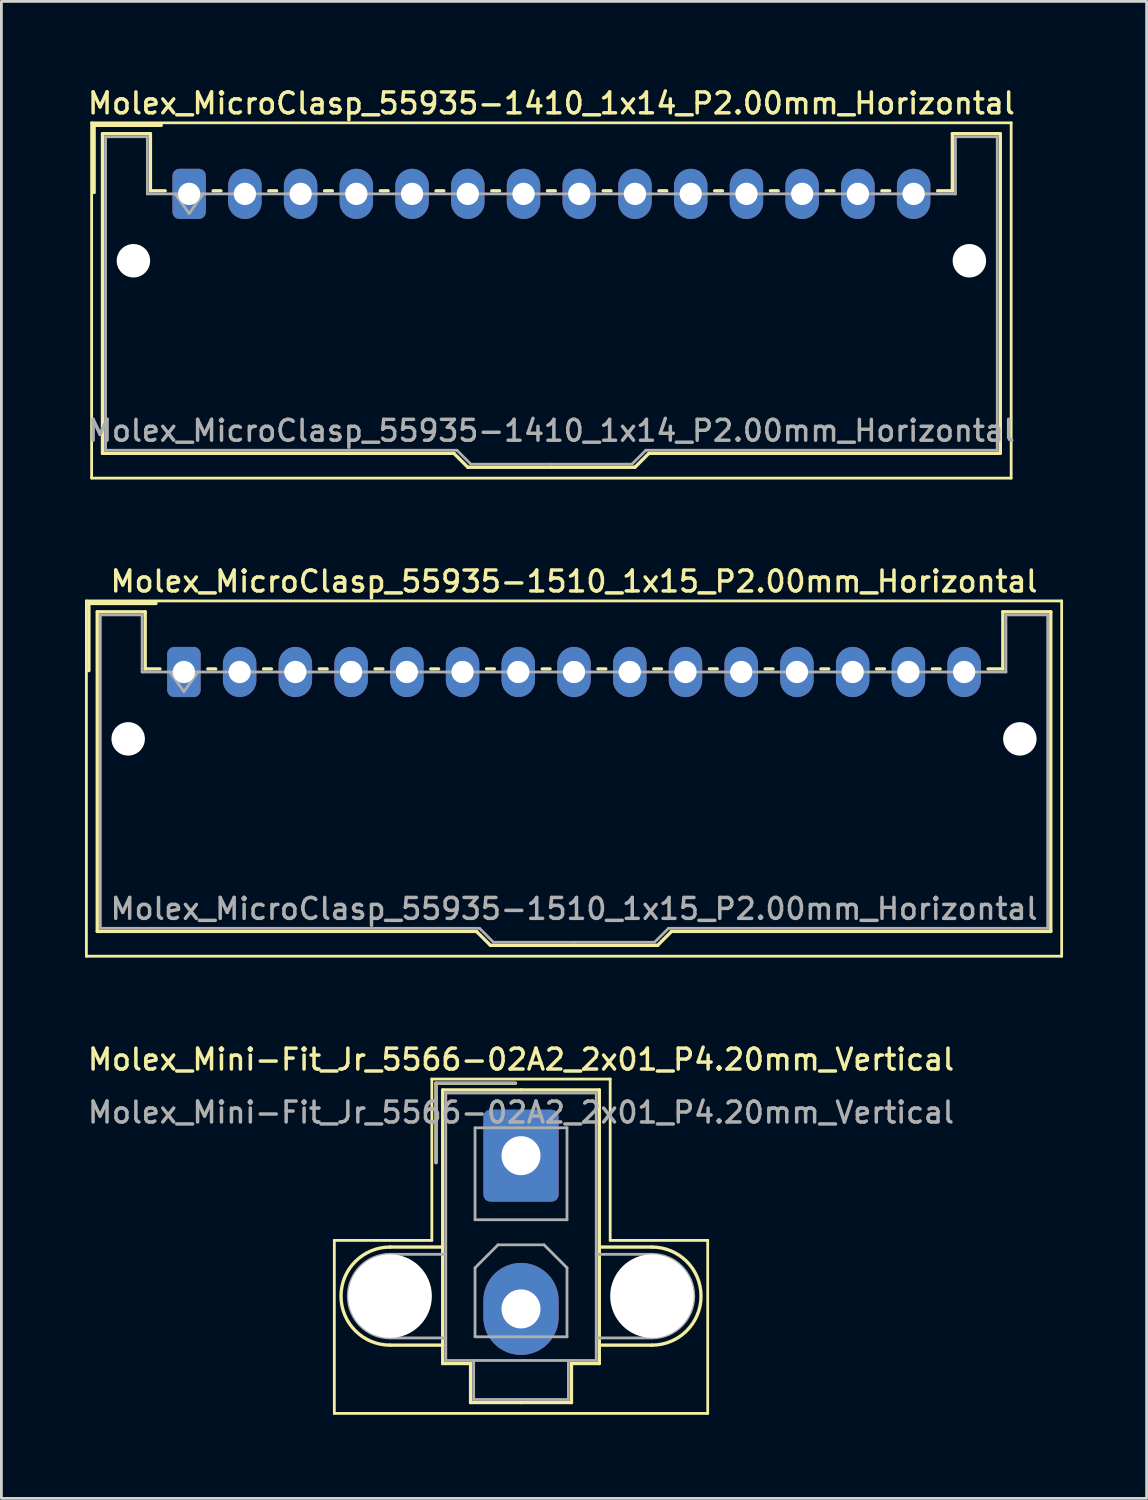
<source format=kicad_pcb>
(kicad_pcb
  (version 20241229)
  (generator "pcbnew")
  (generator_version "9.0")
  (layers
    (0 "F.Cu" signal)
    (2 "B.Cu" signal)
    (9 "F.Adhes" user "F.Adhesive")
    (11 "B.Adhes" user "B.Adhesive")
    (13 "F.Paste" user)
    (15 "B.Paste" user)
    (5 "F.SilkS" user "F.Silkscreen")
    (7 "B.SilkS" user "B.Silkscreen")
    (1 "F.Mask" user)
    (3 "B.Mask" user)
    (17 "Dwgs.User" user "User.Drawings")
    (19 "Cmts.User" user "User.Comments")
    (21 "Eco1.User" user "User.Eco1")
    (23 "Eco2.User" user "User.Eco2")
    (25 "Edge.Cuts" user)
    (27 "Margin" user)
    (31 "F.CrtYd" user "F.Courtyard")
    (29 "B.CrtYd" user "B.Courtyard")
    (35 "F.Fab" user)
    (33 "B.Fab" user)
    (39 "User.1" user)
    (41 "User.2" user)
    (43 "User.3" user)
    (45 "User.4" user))
  (footprint "Molex_MicroClasp_55935-1510_1x15_P2.00mm_Horizontal"
    (layer "F.Cu")
    (at 3.55 21.066)
    (property "Reference" "Molex_MicroClasp_55935-1510_1x15_P2.00mm_Horizontal" (at 14 -3.25 0) (layer "F.SilkS") (effects (font (size 0.75 0.75) (thickness 0.125))))
    (attr through_hole)
    (fp_line (start -3.5 -2.55) (end -3.5 10.2) (stroke (width 0.1) (type solid)) (layer "F.SilkS"))
    (fp_line (start -3.5 10.2) (end 31.5 10.2) (stroke (width 0.1) (type solid)) (layer "F.SilkS"))
    (fp_line (start -3.41 -2.46) (end -1 -2.46) (stroke (width 0.12) (type solid)) (layer "F.SilkS"))
    (fp_line (start -3.41 -0.05) (end -3.41 -2.46) (stroke (width 0.12) (type solid)) (layer "F.SilkS"))
    (fp_line (start -3.11 -2.16) (end -1.39 -2.16) (stroke (width 0.12) (type solid)) (layer "F.SilkS"))
    (fp_line (start -3.11 9.31) (end -3.11 -2.16) (stroke (width 0.12) (type solid)) (layer "F.SilkS"))
    (fp_line (start -1.39 -2.16) (end -1.39 -0.11) (stroke (width 0.12) (type solid)) (layer "F.SilkS"))
    (fp_line (start -1.39 -0.11) (end -0.86 -0.11) (stroke (width 0.12) (type solid)) (layer "F.SilkS"))
    (fp_line (start 0.86 -0.11) (end 1.14 -0.11) (stroke (width 0.12) (type solid)) (layer "F.SilkS"))
    (fp_line (start 2.86 -0.11) (end 3.14 -0.11) (stroke (width 0.12) (type solid)) (layer "F.SilkS"))
    (fp_line (start 4.86 -0.11) (end 5.14 -0.11) (stroke (width 0.12) (type solid)) (layer "F.SilkS"))
    (fp_line (start 6.86 -0.11) (end 7.14 -0.11) (stroke (width 0.12) (type solid)) (layer "F.SilkS"))
    (fp_line (start 8.86 -0.11) (end 9.14 -0.11) (stroke (width 0.12) (type solid)) (layer "F.SilkS"))
    (fp_line (start 10.5 9.31) (end -3.11 9.31) (stroke (width 0.12) (type solid)) (layer "F.SilkS"))
    (fp_line (start 10.86 -0.11) (end 11.14 -0.11) (stroke (width 0.12) (type solid)) (layer "F.SilkS"))
    (fp_line (start 11 9.81) (end 10.5 9.31) (stroke (width 0.12) (type solid)) (layer "F.SilkS"))
    (fp_line (start 12.86 -0.11) (end 13.14 -0.11) (stroke (width 0.12) (type solid)) (layer "F.SilkS"))
    (fp_line (start 14 9.81) (end 11 9.81) (stroke (width 0.12) (type solid)) (layer "F.SilkS"))
    (fp_line (start 14 9.81) (end 17 9.81) (stroke (width 0.12) (type solid)) (layer "F.SilkS"))
    (fp_line (start 14.86 -0.11) (end 15.14 -0.11) (stroke (width 0.12) (type solid)) (layer "F.SilkS"))
    (fp_line (start 16.86 -0.11) (end 17.14 -0.11) (stroke (width 0.12) (type solid)) (layer "F.SilkS"))
    (fp_line (start 17 9.81) (end 17.5 9.31) (stroke (width 0.12) (type solid)) (layer "F.SilkS"))
    (fp_line (start 17.5 9.31) (end 31.11 9.31) (stroke (width 0.12) (type solid)) (layer "F.SilkS"))
    (fp_line (start 18.86 -0.11) (end 19.14 -0.11) (stroke (width 0.12) (type solid)) (layer "F.SilkS"))
    (fp_line (start 20.86 -0.11) (end 21.14 -0.11) (stroke (width 0.12) (type solid)) (layer "F.SilkS"))
    (fp_line (start 22.86 -0.11) (end 23.14 -0.11) (stroke (width 0.12) (type solid)) (layer "F.SilkS"))
    (fp_line (start 24.86 -0.11) (end 25.14 -0.11) (stroke (width 0.12) (type solid)) (layer "F.SilkS"))
    (fp_line (start 26.86 -0.11) (end 27.14 -0.11) (stroke (width 0.12) (type solid)) (layer "F.SilkS"))
    (fp_line (start 29.39 -2.16) (end 29.39 -0.11) (stroke (width 0.12) (type solid)) (layer "F.SilkS"))
    (fp_line (start 29.39 -0.11) (end 28.86 -0.11) (stroke (width 0.12) (type solid)) (layer "F.SilkS"))
    (fp_line (start 31.11 -2.16) (end 29.39 -2.16) (stroke (width 0.12) (type solid)) (layer "F.SilkS"))
    (fp_line (start 31.11 9.31) (end 31.11 -2.16) (stroke (width 0.12) (type solid)) (layer "F.SilkS"))
    (fp_line (start 31.5 -2.55) (end -3.5 -2.55) (stroke (width 0.1) (type solid)) (layer "F.SilkS"))
    (fp_line (start 31.5 10.2) (end 31.5 -2.55) (stroke (width 0.1) (type solid)) (layer "F.SilkS"))
    (fp_line (start -3 -2.05) (end -1.5 -2.05) (stroke (width 0.1) (type solid)) (layer "F.Fab"))
    (fp_line (start -3 9.2) (end -3 -2.05) (stroke (width 0.1) (type solid)) (layer "F.Fab"))
    (fp_line (start -1.5 -2.05) (end -1.5 0) (stroke (width 0.1) (type solid)) (layer "F.Fab"))
    (fp_line (start -1.5 0) (end 14 0) (stroke (width 0.1) (type solid)) (layer "F.Fab"))
    (fp_line (start -0.5 0) (end 0 0.707) (stroke (width 0.1) (type solid)) (layer "F.Fab"))
    (fp_line (start 0 0.707) (end 0.5 0) (stroke (width 0.1) (type solid)) (layer "F.Fab"))
    (fp_line (start 10.61 9.2) (end -3 9.2) (stroke (width 0.1) (type solid)) (layer "F.Fab"))
    (fp_line (start 11.11 9.7) (end 10.61 9.2) (stroke (width 0.1) (type solid)) (layer "F.Fab"))
    (fp_line (start 14 9.7) (end 11.11 9.7) (stroke (width 0.1) (type solid)) (layer "F.Fab"))
    (fp_line (start 14 9.7) (end 16.89 9.7) (stroke (width 0.1) (type solid)) (layer "F.Fab"))
    (fp_line (start 16.89 9.7) (end 17.39 9.2) (stroke (width 0.1) (type solid)) (layer "F.Fab"))
    (fp_line (start 17.39 9.2) (end 31 9.2) (stroke (width 0.1) (type solid)) (layer "F.Fab"))
    (fp_line (start 29.5 -2.05) (end 29.5 0) (stroke (width 0.1) (type solid)) (layer "F.Fab"))
    (fp_line (start 29.5 0) (end 14 0) (stroke (width 0.1) (type solid)) (layer "F.Fab"))
    (fp_line (start 31 -2.05) (end 29.5 -2.05) (stroke (width 0.1) (type solid)) (layer "F.Fab"))
    (fp_line (start 31 9.2) (end 31 -2.05) (stroke (width 0.1) (type solid)) (layer "F.Fab"))
    (fp_text user "${REFERENCE}" (at 14 8.5 0) (layer "F.Fab") (effects (font (size 0.75 0.75) (thickness 0.125))))
    (pad "" np_thru_hole circle (at -2 2.4) (size 1.2 1.2) (drill 1.2) (layers "*.Cu" "*.Mask"))
    (pad "" np_thru_hole circle (at 30 2.4) (size 1.2 1.2) (drill 1.2) (layers "*.Cu" "*.Mask"))
    (pad "1" thru_hole roundrect (at 0 0) (size 1.2 1.8) (drill 0.8) (layers "*.Cu" "*.Mask") (roundrect_rratio 0.208))
    (pad "2" thru_hole oval (at 2 0) (size 1.2 1.8) (drill 0.8) (layers "*.Cu" "*.Mask"))
    (pad "3" thru_hole oval (at 4 0) (size 1.2 1.8) (drill 0.8) (layers "*.Cu" "*.Mask"))
    (pad "4" thru_hole oval (at 6 0) (size 1.2 1.8) (drill 0.8) (layers "*.Cu" "*.Mask"))
    (pad "5" thru_hole oval (at 8 0) (size 1.2 1.8) (drill 0.8) (layers "*.Cu" "*.Mask"))
    (pad "6" thru_hole oval (at 10 0) (size 1.2 1.8) (drill 0.8) (layers "*.Cu" "*.Mask"))
    (pad "7" thru_hole oval (at 12 0) (size 1.2 1.8) (drill 0.8) (layers "*.Cu" "*.Mask"))
    (pad "8" thru_hole oval (at 14 0) (size 1.2 1.8) (drill 0.8) (layers "*.Cu" "*.Mask"))
    (pad "9" thru_hole oval (at 16 0) (size 1.2 1.8) (drill 0.8) (layers "*.Cu" "*.Mask"))
    (pad "10" thru_hole oval (at 18 0) (size 1.2 1.8) (drill 0.8) (layers "*.Cu" "*.Mask"))
    (pad "11" thru_hole oval (at 20 0) (size 1.2 1.8) (drill 0.8) (layers "*.Cu" "*.Mask"))
    (pad "12" thru_hole oval (at 22 0) (size 1.2 1.8) (drill 0.8) (layers "*.Cu" "*.Mask"))
    (pad "13" thru_hole oval (at 24 0) (size 1.2 1.8) (drill 0.8) (layers "*.Cu" "*.Mask"))
    (pad "14" thru_hole oval (at 26 0) (size 1.2 1.8) (drill 0.8) (layers "*.Cu" "*.Mask"))
    (pad "15" thru_hole oval (at 28 0) (size 1.2 1.8) (drill 0.8) (layers "*.Cu" "*.Mask")))
  (footprint "Molex_MicroClasp_55935-1410_1x14_P2.00mm_Horizontal"
    (layer "F.Cu")
    (at 3.738 3.908)
    (property "Reference" "Molex_MicroClasp_55935-1410_1x14_P2.00mm_Horizontal" (at 13 -3.25 0) (layer "F.SilkS") (effects (font (size 0.75 0.75) (thickness 0.125))))
    (attr through_hole)
    (fp_line (start -3.5 -2.55) (end -3.5 10.2) (stroke (width 0.1) (type solid)) (layer "F.SilkS"))
    (fp_line (start -3.5 10.2) (end 29.5 10.2) (stroke (width 0.1) (type solid)) (layer "F.SilkS"))
    (fp_line (start -3.41 -2.46) (end -1 -2.46) (stroke (width 0.12) (type solid)) (layer "F.SilkS"))
    (fp_line (start -3.41 -0.05) (end -3.41 -2.46) (stroke (width 0.12) (type solid)) (layer "F.SilkS"))
    (fp_line (start -3.11 -2.16) (end -1.39 -2.16) (stroke (width 0.12) (type solid)) (layer "F.SilkS"))
    (fp_line (start -3.11 9.31) (end -3.11 -2.16) (stroke (width 0.12) (type solid)) (layer "F.SilkS"))
    (fp_line (start -1.39 -2.16) (end -1.39 -0.11) (stroke (width 0.12) (type solid)) (layer "F.SilkS"))
    (fp_line (start -1.39 -0.11) (end -0.86 -0.11) (stroke (width 0.12) (type solid)) (layer "F.SilkS"))
    (fp_line (start 0.86 -0.11) (end 1.14 -0.11) (stroke (width 0.12) (type solid)) (layer "F.SilkS"))
    (fp_line (start 2.86 -0.11) (end 3.14 -0.11) (stroke (width 0.12) (type solid)) (layer "F.SilkS"))
    (fp_line (start 4.86 -0.11) (end 5.14 -0.11) (stroke (width 0.12) (type solid)) (layer "F.SilkS"))
    (fp_line (start 6.86 -0.11) (end 7.14 -0.11) (stroke (width 0.12) (type solid)) (layer "F.SilkS"))
    (fp_line (start 8.86 -0.11) (end 9.14 -0.11) (stroke (width 0.12) (type solid)) (layer "F.SilkS"))
    (fp_line (start 9.5 9.31) (end -3.11 9.31) (stroke (width 0.12) (type solid)) (layer "F.SilkS"))
    (fp_line (start 10 9.81) (end 9.5 9.31) (stroke (width 0.12) (type solid)) (layer "F.SilkS"))
    (fp_line (start 10.86 -0.11) (end 11.14 -0.11) (stroke (width 0.12) (type solid)) (layer "F.SilkS"))
    (fp_line (start 12.86 -0.11) (end 13.14 -0.11) (stroke (width 0.12) (type solid)) (layer "F.SilkS"))
    (fp_line (start 13 9.81) (end 10 9.81) (stroke (width 0.12) (type solid)) (layer "F.SilkS"))
    (fp_line (start 13 9.81) (end 16 9.81) (stroke (width 0.12) (type solid)) (layer "F.SilkS"))
    (fp_line (start 14.86 -0.11) (end 15.14 -0.11) (stroke (width 0.12) (type solid)) (layer "F.SilkS"))
    (fp_line (start 16 9.81) (end 16.5 9.31) (stroke (width 0.12) (type solid)) (layer "F.SilkS"))
    (fp_line (start 16.5 9.31) (end 29.11 9.31) (stroke (width 0.12) (type solid)) (layer "F.SilkS"))
    (fp_line (start 16.86 -0.11) (end 17.14 -0.11) (stroke (width 0.12) (type solid)) (layer "F.SilkS"))
    (fp_line (start 18.86 -0.11) (end 19.14 -0.11) (stroke (width 0.12) (type solid)) (layer "F.SilkS"))
    (fp_line (start 20.86 -0.11) (end 21.14 -0.11) (stroke (width 0.12) (type solid)) (layer "F.SilkS"))
    (fp_line (start 22.86 -0.11) (end 23.14 -0.11) (stroke (width 0.12) (type solid)) (layer "F.SilkS"))
    (fp_line (start 24.86 -0.11) (end 25.14 -0.11) (stroke (width 0.12) (type solid)) (layer "F.SilkS"))
    (fp_line (start 27.39 -2.16) (end 27.39 -0.11) (stroke (width 0.12) (type solid)) (layer "F.SilkS"))
    (fp_line (start 27.39 -0.11) (end 26.86 -0.11) (stroke (width 0.12) (type solid)) (layer "F.SilkS"))
    (fp_line (start 29.11 -2.16) (end 27.39 -2.16) (stroke (width 0.12) (type solid)) (layer "F.SilkS"))
    (fp_line (start 29.11 9.31) (end 29.11 -2.16) (stroke (width 0.12) (type solid)) (layer "F.SilkS"))
    (fp_line (start 29.5 -2.55) (end -3.5 -2.55) (stroke (width 0.1) (type solid)) (layer "F.SilkS"))
    (fp_line (start 29.5 10.2) (end 29.5 -2.55) (stroke (width 0.1) (type solid)) (layer "F.SilkS"))
    (fp_line (start -3 -2.05) (end -1.5 -2.05) (stroke (width 0.1) (type solid)) (layer "F.Fab"))
    (fp_line (start -3 9.2) (end -3 -2.05) (stroke (width 0.1) (type solid)) (layer "F.Fab"))
    (fp_line (start -1.5 -2.05) (end -1.5 0) (stroke (width 0.1) (type solid)) (layer "F.Fab"))
    (fp_line (start -1.5 0) (end 13 0) (stroke (width 0.1) (type solid)) (layer "F.Fab"))
    (fp_line (start -0.5 0) (end 0 0.707) (stroke (width 0.1) (type solid)) (layer "F.Fab"))
    (fp_line (start 0 0.707) (end 0.5 0) (stroke (width 0.1) (type solid)) (layer "F.Fab"))
    (fp_line (start 9.61 9.2) (end -3 9.2) (stroke (width 0.1) (type solid)) (layer "F.Fab"))
    (fp_line (start 10.11 9.7) (end 9.61 9.2) (stroke (width 0.1) (type solid)) (layer "F.Fab"))
    (fp_line (start 13 9.7) (end 10.11 9.7) (stroke (width 0.1) (type solid)) (layer "F.Fab"))
    (fp_line (start 13 9.7) (end 15.89 9.7) (stroke (width 0.1) (type solid)) (layer "F.Fab"))
    (fp_line (start 15.89 9.7) (end 16.39 9.2) (stroke (width 0.1) (type solid)) (layer "F.Fab"))
    (fp_line (start 16.39 9.2) (end 29 9.2) (stroke (width 0.1) (type solid)) (layer "F.Fab"))
    (fp_line (start 27.5 -2.05) (end 27.5 0) (stroke (width 0.1) (type solid)) (layer "F.Fab"))
    (fp_line (start 27.5 0) (end 13 0) (stroke (width 0.1) (type solid)) (layer "F.Fab"))
    (fp_line (start 29 -2.05) (end 27.5 -2.05) (stroke (width 0.1) (type solid)) (layer "F.Fab"))
    (fp_line (start 29 9.2) (end 29 -2.05) (stroke (width 0.1) (type solid)) (layer "F.Fab"))
    (fp_text user "${REFERENCE}" (at 13 8.5 0) (layer "F.Fab") (effects (font (size 0.75 0.75) (thickness 0.125))))
    (pad "" np_thru_hole circle (at -2 2.4) (size 1.2 1.2) (drill 1.2) (layers "*.Cu" "*.Mask"))
    (pad "" np_thru_hole circle (at 28 2.4) (size 1.2 1.2) (drill 1.2) (layers "*.Cu" "*.Mask"))
    (pad "1" thru_hole roundrect (at 0 0) (size 1.2 1.8) (drill 0.8) (layers "*.Cu" "*.Mask") (roundrect_rratio 0.208))
    (pad "2" thru_hole oval (at 2 0) (size 1.2 1.8) (drill 0.8) (layers "*.Cu" "*.Mask"))
    (pad "3" thru_hole oval (at 4 0) (size 1.2 1.8) (drill 0.8) (layers "*.Cu" "*.Mask"))
    (pad "4" thru_hole oval (at 6 0) (size 1.2 1.8) (drill 0.8) (layers "*.Cu" "*.Mask"))
    (pad "5" thru_hole oval (at 8 0) (size 1.2 1.8) (drill 0.8) (layers "*.Cu" "*.Mask"))
    (pad "6" thru_hole oval (at 10 0) (size 1.2 1.8) (drill 0.8) (layers "*.Cu" "*.Mask"))
    (pad "7" thru_hole oval (at 12 0) (size 1.2 1.8) (drill 0.8) (layers "*.Cu" "*.Mask"))
    (pad "8" thru_hole oval (at 14 0) (size 1.2 1.8) (drill 0.8) (layers "*.Cu" "*.Mask"))
    (pad "9" thru_hole oval (at 16 0) (size 1.2 1.8) (drill 0.8) (layers "*.Cu" "*.Mask"))
    (pad "10" thru_hole oval (at 18 0) (size 1.2 1.8) (drill 0.8) (layers "*.Cu" "*.Mask"))
    (pad "11" thru_hole oval (at 20 0) (size 1.2 1.8) (drill 0.8) (layers "*.Cu" "*.Mask"))
    (pad "12" thru_hole oval (at 22 0) (size 1.2 1.8) (drill 0.8) (layers "*.Cu" "*.Mask"))
    (pad "13" thru_hole oval (at 24 0) (size 1.2 1.8) (drill 0.8) (layers "*.Cu" "*.Mask"))
    (pad "14" thru_hole oval (at 26 0) (size 1.2 1.8) (drill 0.8) (layers "*.Cu" "*.Mask")))
  (footprint "Molex_Mini-Fit_Jr_5566-02A2_2x01_P4.20mm_Vertical"
    (layer "F.Cu")
    (at 15.648 38.424)
    (property "Reference" "Molex_Mini-Fit_Jr_5566-02A2_2x01_P4.20mm_Vertical" (at 0 -3.45 0) (layer "F.SilkS") (effects (font (size 0.75 0.75) (thickness 0.125))))
    (attr through_hole)
    (fp_line (start -6.7 3.04) (end -6.7 9.25) (stroke (width 0.1) (type solid)) (layer "F.SilkS"))
    (fp_line (start -6.7 9.25) (end 6.7 9.25) (stroke (width 0.1) (type solid)) (layer "F.SilkS"))
    (fp_line (start -4.7 3.28) (end -2.81 3.28) (stroke (width 0.12) (type solid)) (layer "F.SilkS"))
    (fp_line (start -4.7 6.8) (end -2.81 6.8) (stroke (width 0.12) (type solid)) (layer "F.SilkS"))
    (fp_line (start -3.2 -2.75) (end -3.2 3.04) (stroke (width 0.1) (type solid)) (layer "F.SilkS"))
    (fp_line (start -3.2 3.04) (end -6.7 3.04) (stroke (width 0.1) (type solid)) (layer "F.SilkS"))
    (fp_line (start -3.05 -2.6) (end -3.05 0.25) (stroke (width 0.12) (type solid)) (layer "F.SilkS"))
    (fp_line (start -2.81 -2.36) (end -2.81 7.46) (stroke (width 0.12) (type solid)) (layer "F.SilkS"))
    (fp_line (start -2.81 7.46) (end -1.81 7.46) (stroke (width 0.12) (type solid)) (layer "F.SilkS"))
    (fp_line (start -1.81 7.46) (end -1.81 8.86) (stroke (width 0.12) (type solid)) (layer "F.SilkS"))
    (fp_line (start -1.81 8.86) (end 0 8.86) (stroke (width 0.12) (type solid)) (layer "F.SilkS"))
    (fp_line (start -0.2 -2.6) (end -3.05 -2.6) (stroke (width 0.12) (type solid)) (layer "F.SilkS"))
    (fp_line (start 0 -2.36) (end -2.81 -2.36) (stroke (width 0.12) (type solid)) (layer "F.SilkS"))
    (fp_line (start 0 -2.36) (end 2.81 -2.36) (stroke (width 0.12) (type solid)) (layer "F.SilkS"))
    (fp_line (start 1.81 7.46) (end 1.81 8.86) (stroke (width 0.12) (type solid)) (layer "F.SilkS"))
    (fp_line (start 1.81 8.86) (end 0 8.86) (stroke (width 0.12) (type solid)) (layer "F.SilkS"))
    (fp_line (start 2.81 -2.36) (end 2.81 7.46) (stroke (width 0.12) (type solid)) (layer "F.SilkS"))
    (fp_line (start 2.81 7.46) (end 1.81 7.46) (stroke (width 0.12) (type solid)) (layer "F.SilkS"))
    (fp_line (start 3.2 -2.75) (end -3.2 -2.75) (stroke (width 0.1) (type solid)) (layer "F.SilkS"))
    (fp_line (start 3.2 3.04) (end 3.2 -2.75) (stroke (width 0.1) (type solid)) (layer "F.SilkS"))
    (fp_line (start 4.7 3.28) (end 2.81 3.28) (stroke (width 0.12) (type solid)) (layer "F.SilkS"))
    (fp_line (start 4.7 6.8) (end 2.81 6.8) (stroke (width 0.12) (type solid)) (layer "F.SilkS"))
    (fp_line (start 6.7 3.04) (end 3.2 3.04) (stroke (width 0.1) (type solid)) (layer "F.SilkS"))
    (fp_line (start 6.7 9.25) (end 6.7 3.04) (stroke (width 0.1) (type solid)) (layer "F.SilkS"))
    (fp_arc (start -4.7 6.8) (mid -6.46 5.04) (end -4.7 3.28) (stroke (width 0.12) (type solid)) (layer "F.SilkS"))
    (fp_arc (start 4.7 3.28) (mid 6.46 5.04) (end 4.7 6.8) (stroke (width 0.12) (type solid)) (layer "F.SilkS"))
    (fp_line (start -4.7 3.54) (end -2.7 3.54) (stroke (width 0.1) (type solid)) (layer "F.Fab"))
    (fp_line (start -4.7 6.54) (end -2.7 6.54) (stroke (width 0.1) (type solid)) (layer "F.Fab"))
    (fp_line (start -3.05 -2.6) (end -3.05 0.25) (stroke (width 0.1) (type solid)) (layer "F.Fab"))
    (fp_line (start -2.7 -2.25) (end -2.7 7.35) (stroke (width 0.1) (type solid)) (layer "F.Fab"))
    (fp_line (start -2.7 7.35) (end 2.7 7.35) (stroke (width 0.1) (type solid)) (layer "F.Fab"))
    (fp_line (start -1.7 7.35) (end -1.7 8.75) (stroke (width 0.1) (type solid)) (layer "F.Fab"))
    (fp_line (start -1.7 8.75) (end 1.7 8.75) (stroke (width 0.1) (type solid)) (layer "F.Fab"))
    (fp_line (start -1.65 -1) (end -1.65 2.3) (stroke (width 0.1) (type solid)) (layer "F.Fab"))
    (fp_line (start -1.65 2.3) (end 1.65 2.3) (stroke (width 0.1) (type solid)) (layer "F.Fab"))
    (fp_line (start -1.65 4.025) (end -0.825 3.2) (stroke (width 0.1) (type solid)) (layer "F.Fab"))
    (fp_line (start -1.65 6.5) (end -1.65 4.025) (stroke (width 0.1) (type solid)) (layer "F.Fab"))
    (fp_line (start -0.825 3.2) (end 0.825 3.2) (stroke (width 0.1) (type solid)) (layer "F.Fab"))
    (fp_line (start -0.2 -2.6) (end -3.05 -2.6) (stroke (width 0.1) (type solid)) (layer "F.Fab"))
    (fp_line (start 0.825 3.2) (end 1.65 4.025) (stroke (width 0.1) (type solid)) (layer "F.Fab"))
    (fp_line (start 1.65 -1) (end -1.65 -1) (stroke (width 0.1) (type solid)) (layer "F.Fab"))
    (fp_line (start 1.65 2.3) (end 1.65 -1) (stroke (width 0.1) (type solid)) (layer "F.Fab"))
    (fp_line (start 1.65 4.025) (end 1.65 6.5) (stroke (width 0.1) (type solid)) (layer "F.Fab"))
    (fp_line (start 1.65 6.5) (end -1.65 6.5) (stroke (width 0.1) (type solid)) (layer "F.Fab"))
    (fp_line (start 1.7 8.75) (end 1.7 7.35) (stroke (width 0.1) (type solid)) (layer "F.Fab"))
    (fp_line (start 2.7 -2.25) (end -2.7 -2.25) (stroke (width 0.1) (type solid)) (layer "F.Fab"))
    (fp_line (start 2.7 7.35) (end 2.7 -2.25) (stroke (width 0.1) (type solid)) (layer "F.Fab"))
    (fp_line (start 4.7 3.54) (end 2.7 3.54) (stroke (width 0.1) (type solid)) (layer "F.Fab"))
    (fp_line (start 4.7 6.54) (end 2.7 6.54) (stroke (width 0.1) (type solid)) (layer "F.Fab"))
    (fp_arc (start -4.7 6.54) (mid -6.2 5.04) (end -4.7 3.54) (stroke (width 0.1) (type solid)) (layer "F.Fab"))
    (fp_arc (start 4.7 3.54) (mid 6.2 5.04) (end 4.7 6.54) (stroke (width 0.1) (type solid)) (layer "F.Fab"))
    (fp_text user "${REFERENCE}" (at 0 -1.55 0) (layer "F.Fab") (effects (font (size 0.75 0.75) (thickness 0.125))))
    (pad "" np_thru_hole circle (at -4.7 5.04) (size 3 3) (drill 3) (layers "*.Cu" "*.Mask"))
    (pad "" np_thru_hole circle (at 4.7 5.04) (size 3 3) (drill 3) (layers "*.Cu" "*.Mask"))
    (pad "1" thru_hole roundrect (at 0 0) (size 2.7 3.3) (drill 1.4) (layers "*.Cu" "*.Mask") (roundrect_rratio 0.093))
    (pad "2" thru_hole oval (at 0 5.5) (size 2.7 3.3) (drill 1.4) (layers "*.Cu" "*.Mask")))
  (gr_rect
    (start -3 -3)
    (end 38.1 50.724)
    (stroke (width 0.1) (type default))
    (fill no)
    (layer "Edge.Cuts")))
</source>
